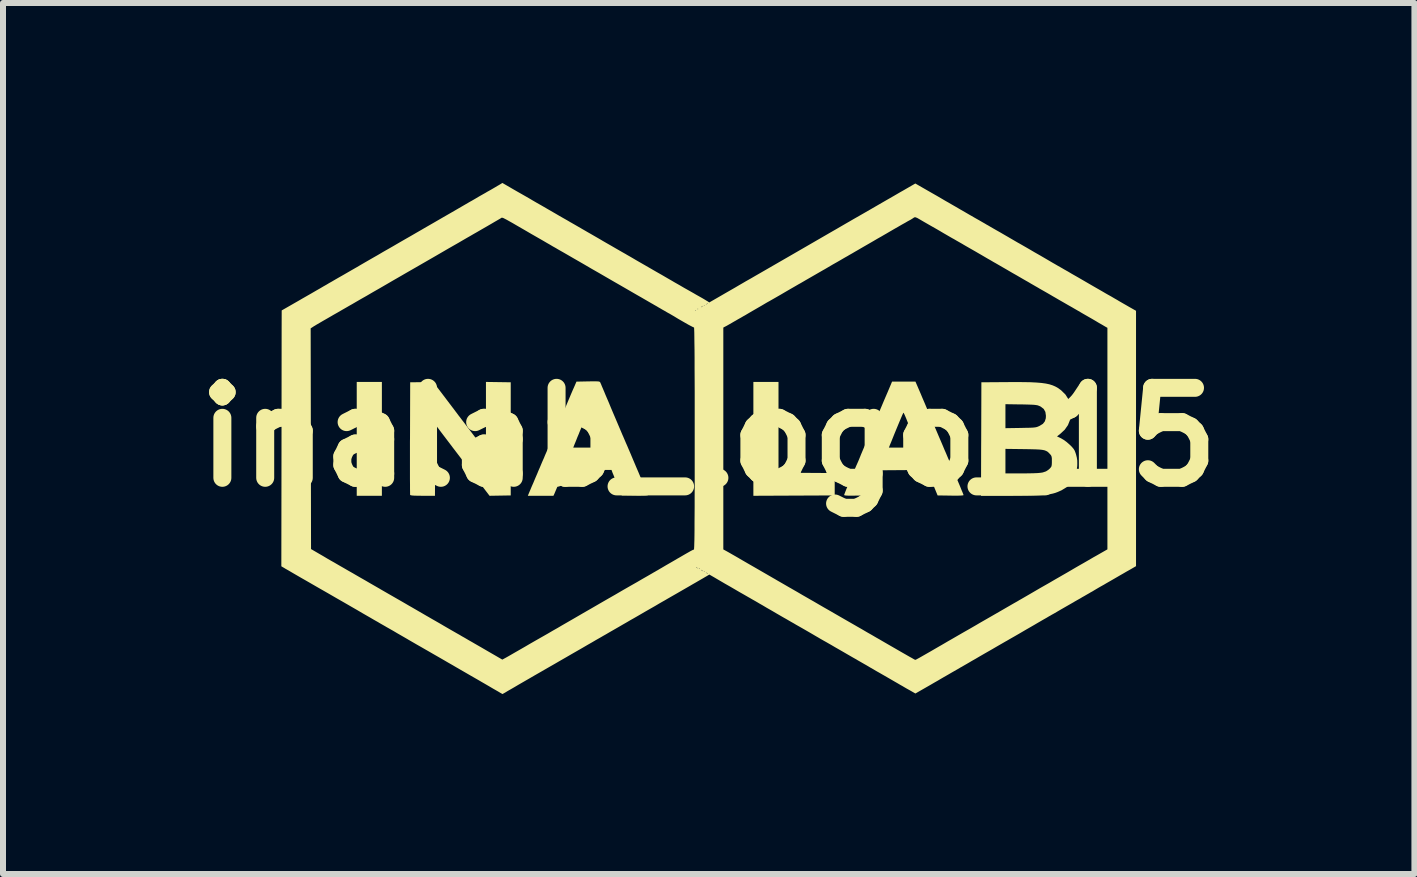
<source format=kicad_pcb>
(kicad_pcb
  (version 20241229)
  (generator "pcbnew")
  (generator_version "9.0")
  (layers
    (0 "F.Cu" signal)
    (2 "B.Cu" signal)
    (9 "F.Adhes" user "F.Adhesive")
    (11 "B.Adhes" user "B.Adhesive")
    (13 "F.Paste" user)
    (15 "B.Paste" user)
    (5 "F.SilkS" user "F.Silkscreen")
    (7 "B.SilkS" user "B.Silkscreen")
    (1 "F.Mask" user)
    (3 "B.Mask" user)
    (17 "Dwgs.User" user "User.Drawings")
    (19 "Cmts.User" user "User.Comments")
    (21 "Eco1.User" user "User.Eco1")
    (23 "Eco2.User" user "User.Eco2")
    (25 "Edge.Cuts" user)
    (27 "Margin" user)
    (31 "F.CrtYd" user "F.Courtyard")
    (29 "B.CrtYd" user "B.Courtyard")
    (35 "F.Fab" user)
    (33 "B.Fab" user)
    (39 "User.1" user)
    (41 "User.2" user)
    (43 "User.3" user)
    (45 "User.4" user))
  (footprint "inalab_logo_15"
    (layer "F.Cu")
    (at 8.764 4.237)
    (property "Reference" "inalab_logo_15" (at 0 0 0) (layer "F.SilkS") (effects (font (size 1.5 1.5) (thickness 0.3))))
    (attr board_only exclude_from_pos_files exclude_from_bom)
    (fp_poly (pts (xy -5.448 0.029) (xy -5.448 0.978) (xy -5.657 0.978) (xy -5.867 0.978) (xy -5.867 0.029) (xy -5.867 -0.92) (xy -5.657 -0.92) (xy -5.448 -0.92)) (stroke (width 0) (type solid)) (fill yes) (layer "F.SilkS"))
    (fp_poly (pts (xy 1.164 -0.163) (xy 1.164 0.593) (xy 1.633 0.596) (xy 2.101 0.599) (xy 2.101 0.786) (xy 2.101 0.972) (xy 1.423 0.975) (xy 0.745 0.978) (xy 0.745 0.029) (xy 0.745 -0.92) (xy 0.955 -0.92) (xy 1.164 -0.92)) (stroke (width 0) (type solid)) (fill yes) (layer "F.SilkS"))
    (fp_poly (pts (xy -3.507 -0.917) (xy -3.3 -0.914) (xy -3.3 0.029) (xy -3.3 0.972) (xy -3.477 0.975) (xy -3.653 0.978) (xy -3.753 0.847) (xy -3.852 0.717) (xy -3.959 0.576) (xy -4.069 0.432) (xy -4.175 0.293) (xy -4.266 0.174) (xy -4.315 0.109) (xy -4.366 0.042) (xy -4.414 -0.021) (xy -4.455 -0.075) (xy -4.48 -0.108) (xy -4.557 -0.211) (xy -4.56 0.384) (xy -4.563 0.978) (xy -4.767 0.978) (xy -4.846 0.977) (xy -4.904 0.976) (xy -4.944 0.973) (xy -4.967 0.969) (xy -4.977 0.964) (xy -4.977 0.963) (xy -4.978 0.95) (xy -4.978 0.914) (xy -4.979 0.86) (xy -4.979 0.787) (xy -4.98 0.698) (xy -4.98 0.594) (xy -4.98 0.478) (xy -4.98 0.352) (xy -4.98 0.216) (xy -4.98 0.073) (xy -4.979 0.017) (xy -4.976 -0.914) (xy -4.784 -0.916) (xy -4.592 -0.919) (xy -4.243 -0.459) (xy -4.171 -0.363) (xy -4.099 -0.269) (xy -4.031 -0.18) (xy -3.968 -0.097) (xy -3.912 -0.023) (xy -3.865 0.039) (xy -3.828 0.088) (xy -3.804 0.119) (xy -3.713 0.235) (xy -3.713 -0.342) (xy -3.713 -0.92)) (stroke (width 0) (type solid)) (fill yes) (layer "F.SilkS"))
    (fp_poly (pts (xy 3.475 -0.861) (xy 3.486 -0.835) (xy 3.505 -0.791) (xy 3.531 -0.731) (xy 3.561 -0.659) (xy 3.596 -0.578) (xy 3.633 -0.49) (xy 3.661 -0.425) (xy 3.717 -0.294) (xy 3.764 -0.182) (xy 3.805 -0.086) (xy 3.841 -0.001) (xy 3.873 0.073) (xy 3.902 0.141) (xy 3.929 0.206) (xy 3.957 0.27) (xy 3.985 0.337) (xy 4.016 0.409) (xy 4.05 0.49) (xy 4.09 0.582) (xy 4.091 0.585) (xy 4.128 0.672) (xy 4.162 0.753) (xy 4.192 0.824) (xy 4.216 0.884) (xy 4.235 0.929) (xy 4.246 0.958) (xy 4.249 0.967) (xy 4.237 0.971) (xy 4.204 0.974) (xy 4.149 0.976) (xy 4.073 0.976) (xy 4.032 0.975) (xy 3.816 0.972) (xy 3.747 0.803) (xy 3.721 0.741) (xy 3.697 0.683) (xy 3.677 0.635) (xy 3.663 0.6) (xy 3.659 0.591) (xy 3.64 0.547) (xy 3.244 0.55) (xy 2.848 0.553) (xy 2.833 0.594) (xy 2.824 0.619) (xy 2.807 0.66) (xy 2.786 0.714) (xy 2.762 0.774) (xy 2.75 0.803) (xy 2.681 0.972) (xy 2.47 0.975) (xy 2.39 0.976) (xy 2.332 0.976) (xy 2.292 0.974) (xy 2.268 0.971) (xy 2.259 0.966) (xy 2.258 0.964) (xy 2.263 0.95) (xy 2.275 0.918) (xy 2.293 0.872) (xy 2.317 0.814) (xy 2.344 0.749) (xy 2.373 0.68) (xy 2.403 0.61) (xy 2.432 0.543) (xy 2.458 0.482) (xy 2.476 0.442) (xy 2.495 0.399) (xy 2.512 0.358) (xy 2.52 0.338) (xy 2.526 0.324) (xy 2.532 0.308) (xy 2.54 0.288) (xy 2.552 0.26) (xy 2.567 0.224) (xy 2.588 0.175) (xy 2.588 0.175) (xy 3.004 0.175) (xy 3.247 0.175) (xy 3.491 0.175) (xy 3.415 -0.009) (xy 3.386 -0.08) (xy 3.356 -0.153) (xy 3.328 -0.222) (xy 3.305 -0.279) (xy 3.297 -0.3) (xy 3.278 -0.345) (xy 3.262 -0.381) (xy 3.251 -0.403) (xy 3.247 -0.407) (xy 3.241 -0.397) (xy 3.226 -0.365) (xy 3.204 -0.313) (xy 3.174 -0.242) (xy 3.137 -0.153) (xy 3.093 -0.046) (xy 3.043 0.079) (xy 3.026 0.119) (xy 3.004 0.175) (xy 2.588 0.175) (xy 2.615 0.112) (xy 2.649 0.033) (xy 2.686 -0.052) (xy 2.713 -0.117) (xy 2.747 -0.196) (xy 2.784 -0.282) (xy 2.821 -0.369) (xy 2.852 -0.442) (xy 2.885 -0.52) (xy 2.919 -0.601) (xy 2.952 -0.678) (xy 2.981 -0.745) (xy 3.003 -0.797) (xy 3.003 -0.797) (xy 3.057 -0.925) (xy 3.252 -0.925) (xy 3.447 -0.925)) (stroke (width 0) (type solid)) (fill yes) (layer "F.SilkS"))
    (fp_poly (pts (xy 5.25 -0.917) (xy 5.365 -0.915) (xy 5.464 -0.91) (xy 5.548 -0.903) (xy 5.62 -0.893) (xy 5.681 -0.88) (xy 5.734 -0.863) (xy 5.78 -0.843) (xy 5.822 -0.819) (xy 5.863 -0.79) (xy 5.876 -0.78) (xy 5.948 -0.709) (xy 5.999 -0.628) (xy 6.029 -0.536) (xy 6.04 -0.432) (xy 6.038 -0.383) (xy 6.023 -0.285) (xy 5.989 -0.2) (xy 5.936 -0.124) (xy 5.865 -0.058) (xy 5.807 -0.012) (xy 5.874 0.02) (xy 5.918 0.046) (xy 5.969 0.083) (xy 6.019 0.127) (xy 6.019 0.127) (xy 6.058 0.166) (xy 6.084 0.197) (xy 6.102 0.227) (xy 6.116 0.264) (xy 6.124 0.289) (xy 6.137 0.341) (xy 6.144 0.388) (xy 6.145 0.442) (xy 6.144 0.481) (xy 6.13 0.588) (xy 6.097 0.681) (xy 6.045 0.761) (xy 5.974 0.83) (xy 5.883 0.886) (xy 5.82 0.914) (xy 5.78 0.929) (xy 5.738 0.941) (xy 5.69 0.951) (xy 5.635 0.959) (xy 5.57 0.965) (xy 5.494 0.97) (xy 5.403 0.974) (xy 5.297 0.976) (xy 5.171 0.977) (xy 5.025 0.978) (xy 5.02 0.978) (xy 4.54 0.978) (xy 4.542 0.196) (xy 4.947 0.196) (xy 4.947 0.401) (xy 4.947 0.605) (xy 5.224 0.605) (xy 5.332 0.604) (xy 5.42 0.602) (xy 5.488 0.599) (xy 5.538 0.594) (xy 5.569 0.589) (xy 5.623 0.571) (xy 5.664 0.544) (xy 5.679 0.531) (xy 5.701 0.508) (xy 5.714 0.488) (xy 5.719 0.464) (xy 5.721 0.429) (xy 5.721 0.402) (xy 5.721 0.356) (xy 5.717 0.327) (xy 5.708 0.305) (xy 5.692 0.285) (xy 5.686 0.279) (xy 5.666 0.258) (xy 5.646 0.241) (xy 5.623 0.229) (xy 5.596 0.219) (xy 5.559 0.212) (xy 5.512 0.207) (xy 5.451 0.204) (xy 5.372 0.202) (xy 5.274 0.2) (xy 5.259 0.2) (xy 4.947 0.196) (xy 4.542 0.196) (xy 4.543 0.032) (xy 4.545 -0.549) (xy 4.947 -0.549) (xy 4.947 -0.349) (xy 4.947 -0.149) (xy 5.2 -0.153) (xy 5.284 -0.155) (xy 5.347 -0.156) (xy 5.395 -0.158) (xy 5.43 -0.161) (xy 5.457 -0.165) (xy 5.478 -0.171) (xy 5.498 -0.179) (xy 5.519 -0.189) (xy 5.572 -0.222) (xy 5.604 -0.263) (xy 5.62 -0.315) (xy 5.622 -0.357) (xy 5.613 -0.42) (xy 5.585 -0.47) (xy 5.537 -0.507) (xy 5.52 -0.516) (xy 5.5 -0.524) (xy 5.48 -0.531) (xy 5.454 -0.535) (xy 5.421 -0.539) (xy 5.377 -0.541) (xy 5.317 -0.543) (xy 5.239 -0.545) (xy 5.206 -0.545) (xy 4.947 -0.549) (xy 4.545 -0.549) (xy 4.546 -0.914) (xy 4.959 -0.917) (xy 5.115 -0.918)) (stroke (width 0) (type solid)) (fill yes) (layer "F.SilkS"))
    (fp_poly (pts (xy -1.852 -0.929) (xy -1.83 -0.927) (xy -1.817 -0.922) (xy -1.809 -0.915) (xy -1.805 -0.905) (xy -1.805 -0.905) (xy -1.796 -0.886) (xy -1.781 -0.849) (xy -1.76 -0.8) (xy -1.736 -0.743) (xy -1.725 -0.716) (xy -1.7 -0.657) (xy -1.668 -0.583) (xy -1.633 -0.498) (xy -1.595 -0.408) (xy -1.557 -0.319) (xy -1.538 -0.274) (xy -1.504 -0.194) (xy -1.472 -0.119) (xy -1.443 -0.05) (xy -1.418 0.007) (xy -1.4 0.049) (xy -1.391 0.07) (xy -1.38 0.096) (xy -1.36 0.141) (xy -1.335 0.2) (xy -1.304 0.272) (xy -1.27 0.353) (xy -1.233 0.44) (xy -1.21 0.495) (xy -1.172 0.583) (xy -1.137 0.667) (xy -1.105 0.743) (xy -1.077 0.808) (xy -1.055 0.859) (xy -1.04 0.894) (xy -1.035 0.907) (xy -1.022 0.939) (xy -1.014 0.962) (xy -1.013 0.968) (xy -1.024 0.971) (xy -1.055 0.974) (xy -1.102 0.975) (xy -1.163 0.976) (xy -1.231 0.975) (xy -1.449 0.972) (xy -1.522 0.792) (xy -1.548 0.729) (xy -1.571 0.672) (xy -1.59 0.624) (xy -1.604 0.591) (xy -1.608 0.579) (xy -1.62 0.547) (xy -2.013 0.547) (xy -2.406 0.547) (xy -2.421 0.579) (xy -2.431 0.602) (xy -2.447 0.641) (xy -2.468 0.691) (xy -2.491 0.748) (xy -2.497 0.762) (xy -2.52 0.82) (xy -2.542 0.873) (xy -2.56 0.915) (xy -2.571 0.942) (xy -2.573 0.946) (xy -2.588 0.978) (xy -2.802 0.978) (xy -3.015 0.978) (xy -2.999 0.94) (xy -2.989 0.916) (xy -2.972 0.876) (xy -2.95 0.823) (xy -2.924 0.764) (xy -2.911 0.733) (xy -2.885 0.671) (xy -2.859 0.611) (xy -2.838 0.56) (xy -2.822 0.523) (xy -2.817 0.512) (xy -2.801 0.474) (xy -2.781 0.426) (xy -2.76 0.378) (xy -2.747 0.349) (xy -2.727 0.3) (xy -2.699 0.236) (xy -2.673 0.175) (xy -2.258 0.175) (xy -2.014 0.175) (xy -1.771 0.175) (xy -1.835 0.02) (xy -1.864 -0.051) (xy -1.897 -0.131) (xy -1.928 -0.208) (xy -1.953 -0.271) (xy -1.974 -0.322) (xy -1.993 -0.365) (xy -2.007 -0.395) (xy -2.014 -0.407) (xy -2.015 -0.407) (xy -2.022 -0.397) (xy -2.035 -0.37) (xy -2.053 -0.33) (xy -2.07 -0.288) (xy -2.096 -0.222) (xy -2.127 -0.148) (xy -2.156 -0.078) (xy -2.166 -0.052) (xy -2.189 0.002) (xy -2.21 0.056) (xy -2.228 0.1) (xy -2.236 0.119) (xy -2.258 0.175) (xy -2.673 0.175) (xy -2.666 0.159) (xy -2.629 0.07) (xy -2.588 -0.026) (xy -2.545 -0.127) (xy -2.501 -0.23) (xy -2.457 -0.334) (xy -2.414 -0.434) (xy -2.374 -0.528) (xy -2.349 -0.588) (xy -2.322 -0.652) (xy -2.293 -0.721) (xy -2.266 -0.784) (xy -2.247 -0.826) (xy -2.204 -0.925) (xy -2.01 -0.929) (xy -1.939 -0.93) (xy -1.887 -0.93)) (stroke (width 0) (type solid)) (fill yes) (layer "F.SilkS"))
    (fp_poly (pts (xy -3.311 -4.163) (xy -3.263 -4.135) (xy -3.199 -4.098) (xy -3.125 -4.056) (xy -3.046 -4.011) (xy -2.968 -3.966) (xy -2.945 -3.952) (xy -2.866 -3.906) (xy -2.783 -3.859) (xy -2.702 -3.812) (xy -2.628 -3.769) (xy -2.567 -3.734) (xy -2.555 -3.727) (xy -2.49 -3.689) (xy -2.42 -3.649) (xy -2.353 -3.611) (xy -2.299 -3.579) (xy -2.293 -3.576) (xy -2.239 -3.545) (xy -2.173 -3.507) (xy -2.104 -3.467) (xy -2.038 -3.429) (xy -2.037 -3.428) (xy -1.972 -3.391) (xy -1.903 -3.351) (xy -1.837 -3.313) (xy -1.782 -3.281) (xy -1.781 -3.28) (xy -1.705 -3.236) (xy -1.628 -3.192) (xy -1.554 -3.149) (xy -1.488 -3.111) (xy -1.434 -3.08) (xy -1.395 -3.058) (xy -1.391 -3.056) (xy -1.361 -3.038) (xy -1.317 -3.013) (xy -1.267 -2.984) (xy -1.24 -2.968) (xy -1.194 -2.941) (xy -1.133 -2.906) (xy -1.065 -2.867) (xy -0.994 -2.826) (xy -0.949 -2.8) (xy -0.873 -2.756) (xy -0.785 -2.706) (xy -0.694 -2.653) (xy -0.609 -2.604) (xy -0.565 -2.578) (xy -0.489 -2.535) (xy -0.407 -2.487) (xy -0.325 -2.441) (xy -0.251 -2.399) (xy -0.21 -2.375) (xy -0.153 -2.343) (xy -0.1 -2.313) (xy -0.058 -2.288) (xy -0.029 -2.27) (xy -0.021 -2.266) (xy 0.01 -2.245) (xy 0.206 -2.358) (xy 0.28 -2.401) (xy 0.362 -2.448) (xy 0.442 -2.494) (xy 0.513 -2.536) (xy 0.553 -2.559) (xy 0.623 -2.6) (xy 0.703 -2.645) (xy 0.782 -2.691) (xy 0.85 -2.73) (xy 1.103 -2.876) (xy 1.344 -3.015) (xy 1.569 -3.145) (xy 1.778 -3.266) (xy 1.944 -3.362) (xy 2.032 -3.413) (xy 2.121 -3.464) (xy 2.207 -3.514) (xy 2.286 -3.56) (xy 2.354 -3.599) (xy 2.407 -3.63) (xy 2.421 -3.638) (xy 2.547 -3.71) (xy 2.681 -3.787) (xy 2.819 -3.867) (xy 2.954 -3.945) (xy 3.083 -4.019) (xy 3.198 -4.086) (xy 3.239 -4.109) (xy 3.445 -4.228) (xy 3.652 -4.109) (xy 3.727 -4.066) (xy 3.806 -4.021) (xy 3.883 -3.976) (xy 3.951 -3.936) (xy 3.999 -3.909) (xy 4.052 -3.878) (xy 4.12 -3.839) (xy 4.197 -3.794) (xy 4.277 -3.748) (xy 4.356 -3.702) (xy 4.374 -3.692) (xy 4.443 -3.652) (xy 4.507 -3.616) (xy 4.562 -3.584) (xy 4.606 -3.559) (xy 4.634 -3.542) (xy 4.642 -3.538) (xy 4.665 -3.525) (xy 4.702 -3.503) (xy 4.749 -3.476) (xy 4.796 -3.449) (xy 4.858 -3.414) (xy 4.925 -3.375) (xy 4.989 -3.338) (xy 5.023 -3.318) (xy 5.073 -3.289) (xy 5.121 -3.261) (xy 5.159 -3.239) (xy 5.174 -3.231) (xy 5.216 -3.207) (xy 5.275 -3.173) (xy 5.348 -3.131) (xy 5.433 -3.081) (xy 5.528 -3.027) (xy 5.629 -2.968) (xy 5.733 -2.907) (xy 5.768 -2.887) (xy 5.818 -2.858) (xy 5.866 -2.831) (xy 5.904 -2.809) (xy 5.919 -2.8) (xy 5.949 -2.783) (xy 5.992 -2.759) (xy 6.042 -2.729) (xy 6.082 -2.706) (xy 6.149 -2.668) (xy 6.23 -2.621) (xy 6.321 -2.568) (xy 6.416 -2.513) (xy 6.51 -2.459) (xy 6.571 -2.424) (xy 6.615 -2.398) (xy 6.659 -2.373) (xy 6.688 -2.357) (xy 6.718 -2.34) (xy 6.762 -2.314) (xy 6.811 -2.286) (xy 6.839 -2.269) (xy 6.896 -2.236) (xy 6.959 -2.2) (xy 7.016 -2.167) (xy 7.034 -2.157) (xy 7.124 -2.106) (xy 7.124 0.023) (xy 7.124 2.151) (xy 7.057 2.19) (xy 7.019 2.212) (xy 6.985 2.231) (xy 6.967 2.241) (xy 6.948 2.252) (xy 6.914 2.272) (xy 6.87 2.297) (xy 6.827 2.322) (xy 6.765 2.358) (xy 6.694 2.399) (xy 6.624 2.439) (xy 6.589 2.46) (xy 6.537 2.489) (xy 6.49 2.516) (xy 6.453 2.538) (xy 6.431 2.551) (xy 6.4 2.57) (xy 6.36 2.592) (xy 6.344 2.602) (xy 6.305 2.624) (xy 6.269 2.645) (xy 6.257 2.652) (xy 6.233 2.665) (xy 6.195 2.688) (xy 6.147 2.715) (xy 6.094 2.745) (xy 6.094 2.746) (xy 6.031 2.782) (xy 5.961 2.822) (xy 5.895 2.86) (xy 5.855 2.883) (xy 5.804 2.913) (xy 5.756 2.941) (xy 5.716 2.963) (xy 5.698 2.974) (xy 5.674 2.987) (xy 5.634 3.011) (xy 5.581 3.041) (xy 5.519 3.077) (xy 5.452 3.116) (xy 5.425 3.132) (xy 5.293 3.208) (xy 5.182 3.273) (xy 5.09 3.326) (xy 5.018 3.367) (xy 4.965 3.398) (xy 4.95 3.406) (xy 4.912 3.428) (xy 4.858 3.459) (xy 4.794 3.496) (xy 4.724 3.537) (xy 4.652 3.578) (xy 4.584 3.617) (xy 4.572 3.624) (xy 4.513 3.658) (xy 4.445 3.698) (xy 4.378 3.736) (xy 4.348 3.754) (xy 4.298 3.783) (xy 4.251 3.81) (xy 4.215 3.831) (xy 4.196 3.841) (xy 4.172 3.856) (xy 4.133 3.878) (xy 4.086 3.905) (xy 4.051 3.925) (xy 3.991 3.96) (xy 3.921 4) (xy 3.854 4.039) (xy 3.824 4.057) (xy 3.764 4.091) (xy 3.694 4.132) (xy 3.624 4.172) (xy 3.577 4.199) (xy 3.446 4.274) (xy 3.35 4.219) (xy 3.303 4.193) (xy 3.26 4.168) (xy 3.228 4.149) (xy 3.219 4.144) (xy 3.194 4.13) (xy 3.155 4.107) (xy 3.108 4.08) (xy 3.07 4.058) (xy 3.008 4.022) (xy 2.937 3.981) (xy 2.869 3.942) (xy 2.843 3.927) (xy 2.793 3.899) (xy 2.748 3.872) (xy 2.712 3.851) (xy 2.695 3.842) (xy 2.667 3.825) (xy 2.628 3.802) (xy 2.585 3.778) (xy 2.584 3.777) (xy 2.542 3.753) (xy 2.502 3.73) (xy 2.474 3.714) (xy 2.474 3.713) (xy 2.449 3.699) (xy 2.41 3.677) (xy 2.363 3.65) (xy 2.325 3.628) (xy 2.263 3.592) (xy 2.192 3.551) (xy 2.124 3.512) (xy 2.098 3.497) (xy 2.047 3.467) (xy 1.998 3.439) (xy 1.958 3.416) (xy 1.938 3.405) (xy 1.908 3.388) (xy 1.864 3.363) (xy 1.815 3.334) (xy 1.787 3.318) (xy 1.731 3.285) (xy 1.664 3.246) (xy 1.598 3.208) (xy 1.56 3.186) (xy 1.509 3.157) (xy 1.461 3.13) (xy 1.424 3.108) (xy 1.403 3.096) (xy 1.378 3.082) (xy 1.34 3.06) (xy 1.292 3.032) (xy 1.251 3.009) (xy 1.142 2.946) (xy 1.05 2.892) (xy 0.971 2.847) (xy 0.902 2.806) (xy 0.839 2.77) (xy 0.821 2.759) (xy 0.771 2.73) (xy 0.723 2.703) (xy 0.684 2.68) (xy 0.669 2.672) (xy 0.631 2.65) (xy 0.577 2.619) (xy 0.51 2.581) (xy 0.435 2.537) (xy 0.356 2.491) (xy 0.275 2.445) (xy 0.198 2.4) (xy 0.128 2.359) (xy 0.096 2.34) (xy 0.011 2.291) (xy -0.032 2.317) (xy -0.055 2.33) (xy -0.094 2.353) (xy -0.146 2.383) (xy -0.208 2.419) (xy -0.276 2.458) (xy -0.308 2.477) (xy -0.383 2.52) (xy -0.459 2.564) (xy -0.53 2.605) (xy -0.593 2.641) (xy -0.642 2.669) (xy -0.652 2.675) (xy -0.687 2.695) (xy -0.726 2.718) (xy -0.772 2.744) (xy -0.826 2.775) (xy -0.89 2.813) (xy -0.967 2.857) (xy -1.058 2.909) (xy -1.166 2.972) (xy -1.251 3.021) (xy -1.301 3.049) (xy -1.364 3.086) (xy -1.432 3.125) (xy -1.499 3.164) (xy -1.513 3.172) (xy -1.579 3.21) (xy -1.647 3.249) (xy -1.712 3.287) (xy -1.765 3.317) (xy -1.775 3.323) (xy -1.82 3.349) (xy -1.88 3.383) (xy -1.948 3.423) (xy -2.02 3.464) (xy -2.078 3.498) (xy -2.128 3.527) (xy -2.196 3.566) (xy -2.278 3.613) (xy -2.371 3.667) (xy -2.472 3.725) (xy -2.579 3.787) (xy -2.689 3.85) (xy -2.798 3.913) (xy -2.8 3.914) (xy -2.903 3.973) (xy -3.001 4.03) (xy -3.093 4.083) (xy -3.176 4.131) (xy -3.247 4.173) (xy -3.306 4.207) (xy -3.35 4.232) (xy -3.376 4.248) (xy -3.379 4.25) (xy -3.41 4.268) (xy -3.432 4.28) (xy -3.438 4.283) (xy -3.448 4.277) (xy -3.473 4.263) (xy -3.508 4.242) (xy -3.515 4.238) (xy -3.548 4.219) (xy -3.597 4.191) (xy -3.658 4.155) (xy -3.725 4.116) (xy -3.796 4.075) (xy -3.818 4.062) (xy -3.896 4.017) (xy -3.978 3.97) (xy -4.059 3.923) (xy -4.132 3.881) (xy -4.192 3.846) (xy -4.196 3.844) (xy -4.271 3.8) (xy -4.343 3.759) (xy -4.415 3.717) (xy -4.493 3.672) (xy -4.582 3.621) (xy -4.684 3.562) (xy -4.709 3.548) (xy -4.778 3.508) (xy -4.859 3.462) (xy -4.94 3.415) (xy -5.013 3.373) (xy -5.017 3.37) (xy -5.114 3.314) (xy -5.194 3.268) (xy -5.258 3.23) (xy -5.311 3.2) (xy -5.353 3.176) (xy -5.361 3.172) (xy -5.391 3.154) (xy -5.435 3.129) (xy -5.484 3.101) (xy -5.512 3.084) (xy -5.546 3.065) (xy -5.588 3.041) (xy -5.639 3.011) (xy -5.7 2.976) (xy -5.773 2.934) (xy -5.858 2.884) (xy -5.957 2.827) (xy -6.071 2.761) (xy -6.202 2.686) (xy -6.349 2.601) (xy -6.515 2.506) (xy -6.6 2.457) (xy -6.697 2.401) (xy -6.788 2.349) (xy -6.871 2.301) (xy -6.945 2.258) (xy -7.006 2.222) (xy -7.054 2.195) (xy -7.085 2.176) (xy -7.098 2.169) (xy -7.124 2.153) (xy -7.121 0.02) (xy -7.119 -1.813) (xy -6.635 -1.813) (xy -6.632 0.026) (xy -6.629 1.866) (xy -6.49 1.947) (xy -6.426 1.984) (xy -6.359 2.024) (xy -6.295 2.061) (xy -6.245 2.089) (xy -6.204 2.113) (xy -6.147 2.146) (xy -6.079 2.185) (xy -6.005 2.228) (xy -5.929 2.271) (xy -5.902 2.287) (xy -5.819 2.335) (xy -5.728 2.387) (xy -5.637 2.44) (xy -5.552 2.489) (xy -5.479 2.531) (xy -5.471 2.536) (xy -5.36 2.6) (xy -5.266 2.654) (xy -5.186 2.7) (xy -5.116 2.74) (xy -5.054 2.776) (xy -4.996 2.81) (xy -4.95 2.836) (xy -4.895 2.868) (xy -4.828 2.907) (xy -4.757 2.948) (xy -4.692 2.986) (xy -4.691 2.986) (xy -4.626 3.024) (xy -4.556 3.064) (xy -4.488 3.103) (xy -4.433 3.135) (xy -4.432 3.136) (xy -4.37 3.172) (xy -4.299 3.213) (xy -4.231 3.252) (xy -4.205 3.267) (xy -4.155 3.295) (xy -4.11 3.322) (xy -4.074 3.342) (xy -4.057 3.352) (xy -4.033 3.366) (xy -3.994 3.389) (xy -3.946 3.416) (xy -3.905 3.44) (xy -3.797 3.502) (xy -3.675 3.573) (xy -3.545 3.648) (xy -3.504 3.672) (xy -3.44 3.709) (xy -3.376 3.674) (xy -3.344 3.656) (xy -3.297 3.629) (xy -3.24 3.596) (xy -3.177 3.56) (xy -3.137 3.537) (xy -3.064 3.495) (xy -2.984 3.448) (xy -2.904 3.402) (xy -2.832 3.361) (xy -2.811 3.349) (xy -2.753 3.316) (xy -2.681 3.275) (xy -2.601 3.228) (xy -2.518 3.181) (xy -2.44 3.135) (xy -2.433 3.131) (xy -2.256 3.029) (xy -2.096 2.936) (xy -1.95 2.852) (xy -1.814 2.773) (xy -1.684 2.698) (xy -1.558 2.626) (xy -1.433 2.553) (xy -1.304 2.479) (xy -1.193 2.416) (xy -1.111 2.368) (xy -1.027 2.32) (xy -0.951 2.276) (xy -0.023 2.276) (xy -0.017 2.282) (xy -0.012 2.276) (xy -0.017 2.27) (xy -0.023 2.276) (xy -0.951 2.276) (xy -0.945 2.273) (xy -0.931 2.264) (xy -0.047 2.264) (xy -0.041 2.27) (xy -0.035 2.264) (xy -0.041 2.258) (xy -0.047 2.264) (xy -0.931 2.264) (xy -0.89 2.241) (xy -0.081 2.241) (xy -0.076 2.247) (xy -0.07 2.241) (xy -0.076 2.235) (xy -0.081 2.241) (xy -0.89 2.241) (xy -0.872 2.23) (xy -0.87 2.229) (xy -0.105 2.229) (xy -0.099 2.235) (xy -0.093 2.229) (xy -0.099 2.223) (xy -0.105 2.229) (xy -0.87 2.229) (xy -0.85 2.218) (xy -0.128 2.218) (xy -0.122 2.223) (xy -0.116 2.218) (xy -0.122 2.212) (xy -0.128 2.218) (xy -0.85 2.218) (xy -0.81 2.194) (xy -0.81 2.194) (xy -0.163 2.194) (xy -0.157 2.2) (xy -0.151 2.194) (xy -0.157 2.188) (xy -0.163 2.194) (xy -0.81 2.194) (xy -0.79 2.183) (xy -0.186 2.183) (xy -0.18 2.188) (xy -0.175 2.183) (xy -0.18 2.177) (xy -0.186 2.183) (xy -0.79 2.183) (xy -0.774 2.173) (xy -0.77 2.171) (xy -0.21 2.171) (xy -0.204 2.177) (xy -0.198 2.171) (xy -0.204 2.165) (xy -0.21 2.171) (xy -0.77 2.171) (xy -0.711 2.136) (xy -0.643 2.097) (xy -0.579 2.06) (xy -0.53 2.031) (xy -0.474 1.999) (xy -0.414 1.964) (xy -0.36 1.933) (xy -0.342 1.923) (xy -0.302 1.9) (xy -0.269 1.883) (xy -0.249 1.875) (xy -0.246 1.874) (xy -0.246 1.872) (xy 0.244 1.872) (xy 0.306 1.906) (xy 0.338 1.924) (xy 0.385 1.951) (xy 0.441 1.983) (xy 0.5 2.017) (xy 0.518 2.028) (xy 0.589 2.069) (xy 0.67 2.116) (xy 0.752 2.163) (xy 0.821 2.203) (xy 0.887 2.241) (xy 0.958 2.282) (xy 1.027 2.322) (xy 1.084 2.355) (xy 1.088 2.357) (xy 1.144 2.39) (xy 1.212 2.429) (xy 1.283 2.47) (xy 1.35 2.509) (xy 1.356 2.512) (xy 1.415 2.546) (xy 1.488 2.588) (xy 1.568 2.635) (xy 1.65 2.682) (xy 1.728 2.727) (xy 1.729 2.727) (xy 1.83 2.786) (xy 1.925 2.841) (xy 2.018 2.894) (xy 2.113 2.949) (xy 2.215 3.008) (xy 2.328 3.073) (xy 2.457 3.147) (xy 2.474 3.157) (xy 2.553 3.202) (xy 2.636 3.251) (xy 2.719 3.298) (xy 2.794 3.342) (xy 2.856 3.377) (xy 2.864 3.382) (xy 2.995 3.458) (xy 3.108 3.523) (xy 3.203 3.578) (xy 3.28 3.622) (xy 3.341 3.657) (xy 3.388 3.683) (xy 3.419 3.701) (xy 3.438 3.711) (xy 3.445 3.713) (xy 3.458 3.708) (xy 3.484 3.694) (xy 3.51 3.68) (xy 3.699 3.572) (xy 3.847 3.486) (xy 3.877 3.469) (xy 3.925 3.441) (xy 3.988 3.404) (xy 4.065 3.36) (xy 4.153 3.309) (xy 4.25 3.253) (xy 4.354 3.194) (xy 4.461 3.132) (xy 4.522 3.096) (xy 4.632 3.033) (xy 4.738 2.972) (xy 4.839 2.914) (xy 4.932 2.86) (xy 5.015 2.812) (xy 5.086 2.771) (xy 5.143 2.739) (xy 5.183 2.715) (xy 5.198 2.707) (xy 5.367 2.609) (xy 5.528 2.515) (xy 5.681 2.428) (xy 5.768 2.377) (xy 5.838 2.337) (xy 5.895 2.304) (xy 5.942 2.277) (xy 5.982 2.254) (xy 6.018 2.233) (xy 6.054 2.212) (xy 6.093 2.189) (xy 6.129 2.168) (xy 6.188 2.134) (xy 6.26 2.093) (xy 6.338 2.048) (xy 6.415 2.003) (xy 6.458 1.979) (xy 6.647 1.871) (xy 6.647 0.025) (xy 6.647 -1.822) (xy 6.615 -1.84) (xy 6.593 -1.853) (xy 6.556 -1.875) (xy 6.508 -1.902) (xy 6.455 -1.934) (xy 6.443 -1.941) (xy 6.39 -1.972) (xy 6.322 -2.011) (xy 6.245 -2.055) (xy 6.165 -2.102) (xy 6.085 -2.148) (xy 6.065 -2.16) (xy 5.989 -2.203) (xy 5.913 -2.247) (xy 5.841 -2.288) (xy 5.778 -2.325) (xy 5.729 -2.353) (xy 5.716 -2.361) (xy 5.654 -2.397) (xy 5.584 -2.437) (xy 5.517 -2.475) (xy 5.494 -2.489) (xy 5.445 -2.517) (xy 5.4 -2.543) (xy 5.365 -2.563) (xy 5.349 -2.573) (xy 5.325 -2.587) (xy 5.286 -2.609) (xy 5.239 -2.636) (xy 5.198 -2.66) (xy 5.136 -2.696) (xy 5.067 -2.735) (xy 5.002 -2.773) (xy 4.973 -2.79) (xy 4.914 -2.824) (xy 4.845 -2.864) (xy 4.779 -2.902) (xy 4.752 -2.917) (xy 4.703 -2.946) (xy 4.657 -2.972) (xy 4.621 -2.993) (xy 4.604 -3.003) (xy 4.58 -3.017) (xy 4.541 -3.04) (xy 4.494 -3.067) (xy 4.453 -3.091) (xy 4.39 -3.127) (xy 4.32 -3.167) (xy 4.254 -3.205) (xy 4.226 -3.222) (xy 4.175 -3.251) (xy 4.126 -3.279) (xy 4.087 -3.302) (xy 4.068 -3.312) (xy 4.038 -3.329) (xy 3.995 -3.354) (xy 3.945 -3.383) (xy 3.917 -3.399) (xy 3.86 -3.433) (xy 3.793 -3.472) (xy 3.726 -3.51) (xy 3.696 -3.527) (xy 3.642 -3.558) (xy 3.588 -3.589) (xy 3.542 -3.616) (xy 3.518 -3.63) (xy 3.476 -3.654) (xy 3.447 -3.665) (xy 3.428 -3.664) (xy 3.416 -3.656) (xy 3.4 -3.645) (xy 3.371 -3.627) (xy 3.353 -3.617) (xy 3.321 -3.6) (xy 3.275 -3.573) (xy 3.219 -3.542) (xy 3.159 -3.507) (xy 3.099 -3.473) (xy 3.046 -3.442) (xy 3.032 -3.434) (xy 3.008 -3.42) (xy 2.969 -3.397) (xy 2.922 -3.37) (xy 2.881 -3.346) (xy 2.817 -3.31) (xy 2.749 -3.27) (xy 2.673 -3.226) (xy 2.586 -3.176) (xy 2.483 -3.116) (xy 2.441 -3.092) (xy 2.392 -3.063) (xy 2.346 -3.037) (xy 2.309 -3.015) (xy 2.296 -3.008) (xy 2.259 -2.987) (xy 2.206 -2.956) (xy 2.142 -2.919) (xy 2.071 -2.879) (xy 1.998 -2.836) (xy 1.928 -2.795) (xy 1.915 -2.788) (xy 1.837 -2.743) (xy 1.759 -2.698) (xy 1.686 -2.656) (xy 1.62 -2.618) (xy 1.567 -2.587) (xy 1.531 -2.566) (xy 1.5 -2.549) (xy 1.457 -2.524) (xy 1.407 -2.495) (xy 1.379 -2.479) (xy 1.286 -2.425) (xy 1.201 -2.375) (xy 1.126 -2.332) (xy 1.065 -2.297) (xy 1.021 -2.272) (xy 1.007 -2.264) (xy 0.981 -2.25) (xy 0.94 -2.226) (xy 0.888 -2.195) (xy 0.829 -2.161) (xy 0.786 -2.136) (xy 0.727 -2.102) (xy 0.674 -2.071) (xy 0.63 -2.045) (xy 0.6 -2.027) (xy 0.588 -2.021) (xy 0.569 -2.01) (xy 0.535 -1.99) (xy 0.49 -1.965) (xy 0.439 -1.935) (xy 0.433 -1.932) (xy 0.381 -1.902) (xy 0.334 -1.875) (xy 0.297 -1.854) (xy 0.274 -1.842) (xy 0.273 -1.842) (xy 0.244 -1.826) (xy 0.244 0.023) (xy 0.244 1.872) (xy -0.246 1.872) (xy -0.244 1.868) (xy -0.243 1.85) (xy -0.241 1.818) (xy -0.24 1.773) (xy -0.238 1.712) (xy -0.237 1.637) (xy -0.236 1.545) (xy -0.236 1.436) (xy -0.235 1.309) (xy -0.234 1.164) (xy -0.234 1) (xy -0.233 0.816) (xy -0.233 0.611) (xy -0.233 0.384) (xy -0.233 0.136) (xy -0.233 0.023) (xy -0.233 -0.259) (xy -0.233 -0.517) (xy -0.233 -0.753) (xy -0.234 -0.965) (xy -0.235 -1.153) (xy -0.235 -1.319) (xy -0.236 -1.461) (xy -0.238 -1.58) (xy -0.239 -1.676) (xy -0.24 -1.748) (xy -0.242 -1.797) (xy -0.243 -1.823) (xy -0.245 -1.828) (xy -0.259 -1.833) (xy -0.29 -1.849) (xy -0.334 -1.872) (xy -0.387 -1.902) (xy -0.446 -1.936) (xy -0.507 -1.971) (xy -0.566 -2.007) (xy -0.574 -2.012) (xy -0.612 -2.034) (xy -0.641 -2.051) (xy -0.656 -2.06) (xy -0.657 -2.06) (xy -0.668 -2.066) (xy -0.695 -2.081) (xy -0.734 -2.104) (xy -0.75 -2.113) (xy -0.221 -2.113) (xy -0.215 -2.107) (xy -0.21 -2.113) (xy -0.215 -2.119) (xy -0.221 -2.113) (xy -0.75 -2.113) (xy -0.782 -2.131) (xy -0.79 -2.136) (xy -0.186 -2.136) (xy -0.18 -2.13) (xy -0.175 -2.136) (xy -0.18 -2.142) (xy -0.186 -2.136) (xy -0.79 -2.136) (xy -0.793 -2.138) (xy -0.849 -2.17) (xy -0.85 -2.171) (xy -0.128 -2.171) (xy -0.122 -2.165) (xy -0.116 -2.171) (xy -0.122 -2.177) (xy -0.128 -2.171) (xy -0.85 -2.171) (xy -0.87 -2.183) (xy -0.105 -2.183) (xy -0.099 -2.177) (xy -0.093 -2.183) (xy -0.099 -2.188) (xy -0.105 -2.183) (xy -0.87 -2.183) (xy -0.89 -2.194) (xy -0.081 -2.194) (xy -0.076 -2.188) (xy -0.07 -2.194) (xy -0.076 -2.2) (xy -0.081 -2.194) (xy -0.89 -2.194) (xy -0.918 -2.21) (xy -0.931 -2.218) (xy -0.047 -2.218) (xy -0.041 -2.212) (xy -0.035 -2.218) (xy -0.041 -2.223) (xy -0.047 -2.218) (xy -0.931 -2.218) (xy -0.951 -2.229) (xy -0.023 -2.229) (xy -0.017 -2.223) (xy -0.012 -2.229) (xy -0.017 -2.235) (xy -0.023 -2.229) (xy -0.951 -2.229) (xy -0.994 -2.254) (xy -1.07 -2.298) (xy -1.118 -2.326) (xy -1.197 -2.371) (xy -1.28 -2.419) (xy -1.368 -2.47) (xy -1.465 -2.526) (xy -1.573 -2.588) (xy -1.694 -2.658) (xy -1.83 -2.737) (xy -1.956 -2.809) (xy -2.067 -2.874) (xy -2.164 -2.93) (xy -2.251 -2.98) (xy -2.334 -3.028) (xy -2.417 -3.076) (xy -2.507 -3.127) (xy -2.549 -3.152) (xy -2.599 -3.18) (xy -2.644 -3.207) (xy -2.679 -3.227) (xy -2.695 -3.236) (xy -2.719 -3.25) (xy -2.758 -3.273) (xy -2.805 -3.3) (xy -2.84 -3.32) (xy -2.892 -3.35) (xy -2.957 -3.387) (xy -3.027 -3.428) (xy -3.094 -3.467) (xy -3.108 -3.475) (xy -3.198 -3.527) (xy -3.27 -3.569) (xy -3.327 -3.601) (xy -3.37 -3.625) (xy -3.401 -3.641) (xy -3.423 -3.652) (xy -3.438 -3.657) (xy -3.448 -3.658) (xy -3.455 -3.656) (xy -3.461 -3.652) (xy -3.463 -3.65) (xy -3.48 -3.64) (xy -3.514 -3.62) (xy -3.561 -3.593) (xy -3.617 -3.56) (xy -3.679 -3.524) (xy -3.684 -3.521) (xy -3.75 -3.483) (xy -3.814 -3.446) (xy -3.871 -3.413) (xy -3.917 -3.387) (xy -3.946 -3.37) (xy -3.984 -3.348) (xy -4.035 -3.319) (xy -4.09 -3.287) (xy -4.121 -3.269) (xy -4.172 -3.239) (xy -4.244 -3.198) (xy -4.335 -3.146) (xy -4.445 -3.082) (xy -4.576 -3.006) (xy -4.727 -2.919) (xy -4.897 -2.821) (xy -5.052 -2.732) (xy -5.152 -2.674) (xy -5.26 -2.612) (xy -5.373 -2.546) (xy -5.487 -2.48) (xy -5.599 -2.416) (xy -5.705 -2.354) (xy -5.802 -2.299) (xy -5.885 -2.251) (xy -5.943 -2.217) (xy -5.984 -2.194) (xy -6.041 -2.161) (xy -6.109 -2.122) (xy -6.183 -2.079) (xy -6.259 -2.036) (xy -6.286 -2.02) (xy -6.357 -1.979) (xy -6.425 -1.94) (xy -6.485 -1.905) (xy -6.535 -1.876) (xy -6.569 -1.855) (xy -6.58 -1.849) (xy -6.635 -1.813) (xy -7.119 -1.813) (xy -7.118 -2.112) (xy -6.973 -2.195) (xy -6.907 -2.233) (xy -6.837 -2.273) (xy -6.77 -2.312) (xy -6.714 -2.344) (xy -6.714 -2.344) (xy -6.618 -2.399) (xy -6.539 -2.445) (xy -6.474 -2.482) (xy -6.42 -2.514) (xy -6.372 -2.541) (xy -6.329 -2.567) (xy -6.286 -2.591) (xy -6.24 -2.618) (xy -6.228 -2.625) (xy -6.176 -2.655) (xy -6.109 -2.693) (xy -6.031 -2.738) (xy -5.948 -2.786) (xy -5.864 -2.834) (xy -5.815 -2.863) (xy -5.736 -2.909) (xy -5.658 -2.954) (xy -5.585 -2.996) (xy -5.52 -3.033) (xy -5.469 -3.063) (xy -5.442 -3.079) (xy -5.397 -3.105) (xy -5.337 -3.139) (xy -5.269 -3.178) (xy -5.197 -3.22) (xy -5.142 -3.252) (xy -5.062 -3.298) (xy -4.971 -3.35) (xy -4.878 -3.404) (xy -4.791 -3.454) (xy -4.752 -3.477) (xy -4.58 -3.576) (xy -4.423 -3.667) (xy -4.282 -3.748) (xy -4.158 -3.82) (xy -4.053 -3.881) (xy -3.967 -3.931) (xy -3.964 -3.932) (xy -3.898 -3.97) (xy -3.829 -4.011) (xy -3.762 -4.049) (xy -3.707 -4.08) (xy -3.702 -4.084) (xy -3.637 -4.12) (xy -3.589 -4.148) (xy -3.553 -4.169) (xy -3.525 -4.186) (xy -3.5 -4.2) (xy -3.48 -4.212) (xy -3.439 -4.237)) (stroke (width 0) (type solid)) (fill yes) (layer "F.SilkS")))
  (gr_rect
    (start -3 -3)
    (end 20.529 11.52)
    (stroke (width 0.1) (type default))
    (fill no)
    (layer "Edge.Cuts")))
</source>
